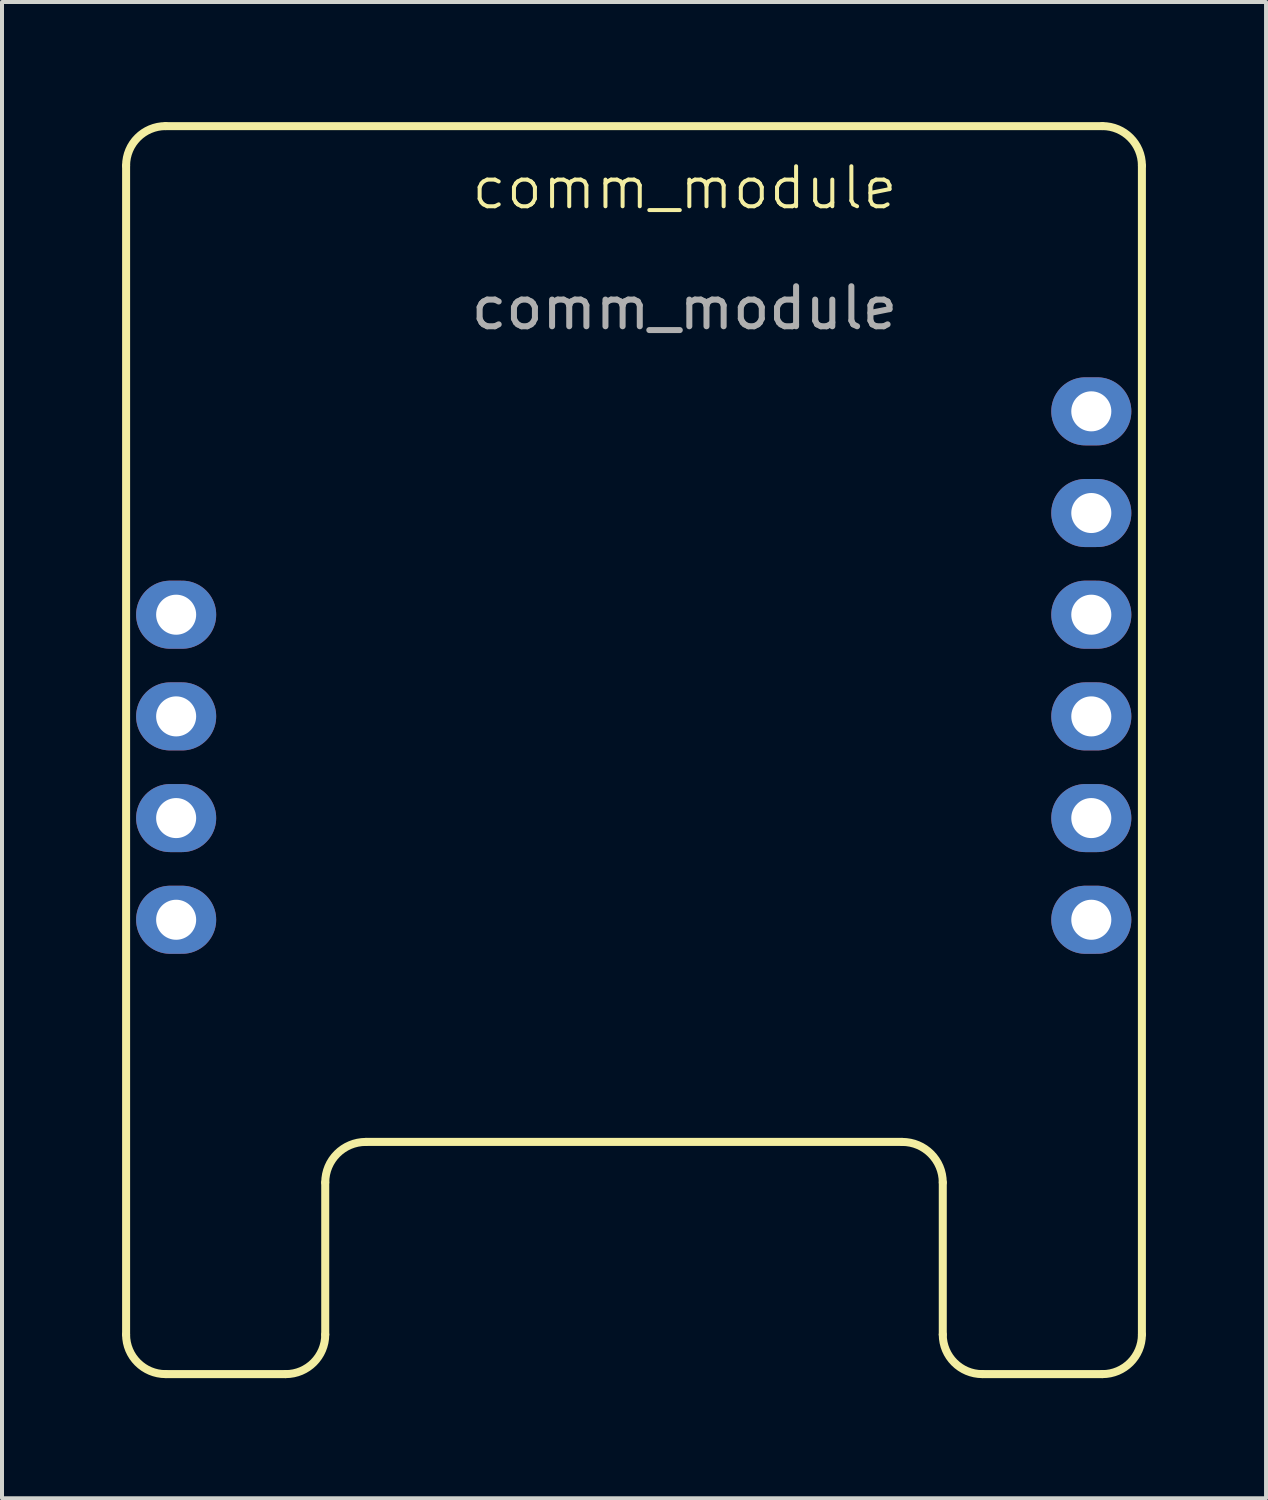
<source format=kicad_pcb>
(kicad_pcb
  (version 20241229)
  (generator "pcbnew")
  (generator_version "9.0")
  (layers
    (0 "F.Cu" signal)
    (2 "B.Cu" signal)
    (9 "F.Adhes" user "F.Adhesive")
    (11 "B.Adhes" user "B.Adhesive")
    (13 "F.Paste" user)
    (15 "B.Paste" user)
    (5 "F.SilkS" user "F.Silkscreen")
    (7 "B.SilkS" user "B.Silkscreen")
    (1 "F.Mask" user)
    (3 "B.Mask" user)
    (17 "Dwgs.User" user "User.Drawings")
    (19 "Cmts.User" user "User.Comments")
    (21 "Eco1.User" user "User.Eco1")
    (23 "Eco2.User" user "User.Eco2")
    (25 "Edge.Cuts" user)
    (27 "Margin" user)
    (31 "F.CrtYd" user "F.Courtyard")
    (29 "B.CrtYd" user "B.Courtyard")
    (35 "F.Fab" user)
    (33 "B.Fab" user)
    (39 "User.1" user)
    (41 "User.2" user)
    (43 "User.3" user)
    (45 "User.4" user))
  (footprint "comm_module"
    (layer "F.Cu")
    (at 14.05 2.145)
    (property "Reference" "comm_module" (at 0 -0.5 0) (unlocked yes) (layer "F.SilkS") (effects (font (size 1 1) (thickness 0.1))))
    (attr through_hole)
    (fp_line (start -13.95 28.142) (end -13.95 -1.058) (stroke (width 0.2) (type solid)) (layer "F.SilkS"))
    (fp_line (start -12.963 -2.045) (end 10.437 -2.045) (stroke (width 0.2) (type solid)) (layer "F.SilkS"))
    (fp_line (start -9.963 29.129) (end -12.963 29.129) (stroke (width 0.2) (type solid)) (layer "F.SilkS"))
    (fp_line (start -8.976 24.342) (end -8.976 28.142) (stroke (width 0.2) (type solid)) (layer "F.SilkS"))
    (fp_line (start 5.437 23.329) (end -7.963 23.329) (stroke (width 0.2) (type solid)) (layer "F.SilkS"))
    (fp_line (start 6.45 28.142) (end 6.45 24.342) (stroke (width 0.2) (type solid)) (layer "F.SilkS"))
    (fp_line (start 10.437 29.129) (end 7.437 29.129) (stroke (width 0.2) (type solid)) (layer "F.SilkS"))
    (fp_line (start 11.424 -1.058) (end 11.424 28.142) (stroke (width 0.2) (type solid)) (layer "F.SilkS"))
    (fp_arc (start -13.9503 -1.057867) (mid -13.661128 -1.755991) (end -12.963 -2.045167) (stroke (width 0.2) (type solid)) (layer "F.SilkS"))
    (fp_arc (start -12.963 29.129433) (mid -13.661144 28.840268) (end -13.9503 28.142133) (stroke (width 0.2) (type solid)) (layer "F.SilkS"))
    (fp_arc (start -8.9757 24.342133) (mid -8.679086 23.626048) (end -7.963 23.329433) (stroke (width 0.2) (type solid)) (layer "F.SilkS"))
    (fp_arc (start -8.9757 28.142133) (mid -9.264875 28.840262) (end -9.963 29.129433) (stroke (width 0.2) (type solid)) (layer "F.SilkS"))
    (fp_arc (start 5.437 23.329433) (mid 6.153087 23.626046) (end 6.4497 24.342133) (stroke (width 0.2) (type solid)) (layer "F.SilkS"))
    (fp_arc (start 7.437 29.129433) (mid 6.738873 28.84026) (end 6.4497 28.142133) (stroke (width 0.2) (type solid)) (layer "F.SilkS"))
    (fp_arc (start 10.437 -2.045167) (mid 11.135127 -1.755994) (end 11.4243 -1.057867) (stroke (width 0.2) (type solid)) (layer "F.SilkS"))
    (fp_arc (start 11.4243 28.142133) (mid 11.135127 28.84026) (end 10.437 29.129433) (stroke (width 0.2) (type solid)) (layer "F.SilkS"))
    (fp_text user "${REFERENCE}" (at 0 2.5 0) (unlocked yes) (layer "F.Fab") (effects (font (size 1 1) (thickness 0.15))))
    (pad "1" thru_hole oval (at 10.16 5.08) (size 2 1.7) (drill 1) (layers "*.Cu" "*.Mask"))
    (pad "2" thru_hole oval (at 10.16 7.62) (size 2 1.7) (drill 1) (layers "*.Cu" "*.Mask"))
    (pad "3" thru_hole oval (at 10.16 10.16) (size 2 1.7) (drill 1) (layers "*.Cu" "*.Mask"))
    (pad "4" thru_hole oval (at 10.16 12.7) (size 2 1.7) (drill 1) (layers "*.Cu" "*.Mask"))
    (pad "5" thru_hole oval (at 10.16 15.24) (size 2 1.7) (drill 1) (layers "*.Cu" "*.Mask"))
    (pad "6" thru_hole oval (at 10.16 17.78) (size 2 1.7) (drill 1) (layers "*.Cu" "*.Mask"))
    (pad "7" thru_hole oval (at -12.7 17.78) (size 2 1.7) (drill 1) (layers "*.Cu" "*.Mask"))
    (pad "8" thru_hole oval (at -12.7 15.24) (size 2 1.7) (drill 1) (layers "*.Cu" "*.Mask"))
    (pad "9" thru_hole oval (at -12.7 12.7) (size 2 1.7) (drill 1) (layers "*.Cu" "*.Mask"))
    (pad "10" thru_hole oval (at -12.7 10.16) (size 2 1.7) (drill 1) (layers "*.Cu" "*.Mask")))
  (gr_rect
    (start -3 -3)
    (end 28.575 34.375)
    (stroke (width 0.1) (type default))
    (fill no)
    (layer "Edge.Cuts")))
</source>
